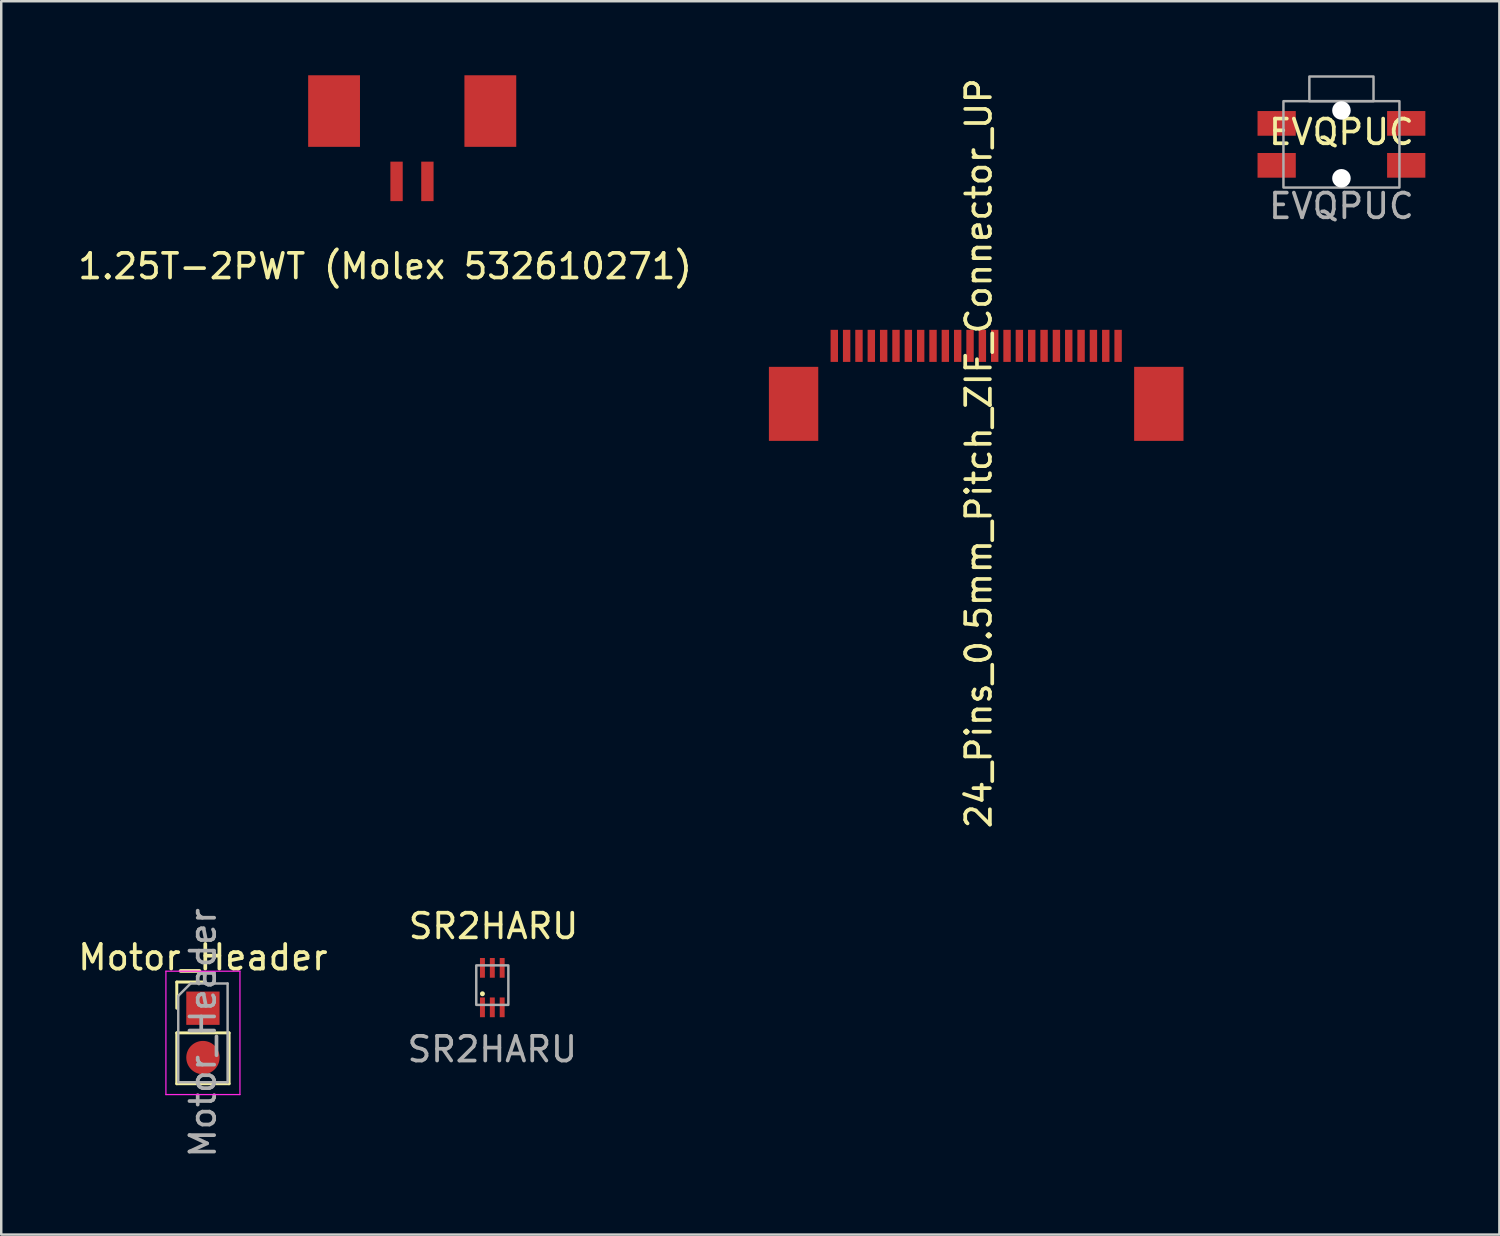
<source format=kicad_pcb>
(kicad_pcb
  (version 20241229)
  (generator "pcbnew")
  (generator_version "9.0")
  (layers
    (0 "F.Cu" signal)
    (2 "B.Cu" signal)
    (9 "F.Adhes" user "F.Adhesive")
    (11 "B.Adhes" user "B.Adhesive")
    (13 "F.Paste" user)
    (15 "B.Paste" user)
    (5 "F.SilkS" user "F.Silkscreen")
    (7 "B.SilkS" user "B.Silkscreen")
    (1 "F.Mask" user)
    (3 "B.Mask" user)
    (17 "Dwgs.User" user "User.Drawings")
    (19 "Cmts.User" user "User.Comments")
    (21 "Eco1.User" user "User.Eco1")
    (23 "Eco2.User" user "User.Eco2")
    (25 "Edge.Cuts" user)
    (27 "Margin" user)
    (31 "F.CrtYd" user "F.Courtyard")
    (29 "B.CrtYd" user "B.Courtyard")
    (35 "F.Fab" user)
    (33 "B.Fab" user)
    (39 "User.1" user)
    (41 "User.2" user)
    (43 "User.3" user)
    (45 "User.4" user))
  (footprint "SR2HARU"
    (layer "F.Cu")
    (at 16.899 36.969)
    (property "Reference" "SR2HARU" (at 0.05 -2.49 0) (unlocked yes) (layer "F.SilkS") (effects (font (size 1 1) (thickness 0.15))))
    (attr smd)
    (fp_circle (center -0.4 0.25) (end -0.35 0.25) (stroke (width 0.1) (type solid)) (fill no) (layer "F.SilkS"))
    (fp_rect (start -0.65 0.7) (end 0.65 -0.9) (stroke (width 0.1) (type solid)) (fill no) (layer "F.Fab"))
    (fp_text user "${REFERENCE}" (at 0 2.5 0) (unlocked yes) (layer "F.Fab") (effects (font (size 1 1) (thickness 0.15))))
    (pad "1" smd rect (at -0.4 0.8 180) (size 0.2 0.8) (layers "F.Cu" "F.Mask" "F.Paste"))
    (pad "2" smd rect (at 0 0.8 180) (size 0.2 0.8) (layers "F.Cu" "F.Mask" "F.Paste"))
    (pad "3" smd rect (at 0.4 0.8 180) (size 0.2 0.8) (layers "F.Cu" "F.Mask" "F.Paste"))
    (pad "4" smd rect (at 0.4 -0.8 180) (size 0.2 0.8) (layers "F.Cu" "F.Mask" "F.Paste"))
    (pad "5" smd rect (at 0 -0.8 180) (size 0.2 0.8) (layers "F.Cu" "F.Mask" "F.Paste"))
    (pad "6" smd rect (at -0.4 -0.8 180) (size 0.2 0.8) (layers "F.Cu" "F.Mask" "F.Paste")))
  (footprint "EVQPUC"
    (layer "F.Cu")
    (at 51.307 2.8)
    (property "Reference" "EVQPUC" (at 0 -0.5 0) (unlocked yes) (layer "F.SilkS") (effects (font (size 1 1) (thickness 0.15))))
    (attr smd)
    (fp_rect (start -2.35 -1.75) (end 2.35 1.75) (stroke (width 0.1) (type solid)) (fill no) (layer "F.Fab"))
    (fp_rect (start -1.3 -2.75) (end 1.3 -1.75) (stroke (width 0.1) (type solid)) (fill no) (layer "F.Fab"))
    (fp_text user "${REFERENCE}" (at 0 2.5 0) (unlocked yes) (layer "F.Fab") (effects (font (size 1 1) (thickness 0.15))))
    (pad "" np_thru_hole circle (at 0 -1.375) (size 0.75 0.75) (drill 0.75) (layers "*.Cu" "*.Mask"))
    (pad "" np_thru_hole circle (at 0 1.375) (size 0.75 0.75) (drill 0.75) (layers "*.Cu" "*.Mask"))
    (pad "1" smd rect (at -2.625 -0.85) (size 1.55 1) (layers "F.Cu" "F.Mask" "F.Paste"))
    (pad "1" smd rect (at 2.625 -0.85) (size 1.55 1) (layers "F.Cu" "F.Mask" "F.Paste"))
    (pad "2" smd rect (at -2.625 0.85) (size 1.55 1) (layers "F.Cu" "F.Mask" "F.Paste"))
    (pad "2" smd rect (at 2.625 0.85) (size 1.55 1) (layers "F.Cu" "F.Mask" "F.Paste")))
  (footprint "1.25T-2PWT (Molex 532610271)"
    (layer "F.Cu")
    (at 13.644 1.4)
    (property "Reference" "1.25T-2PWT (Molex 532610271)" (at -1.09 6.34 0) (layer "F.SilkS") (effects (font (size 1 1) (thickness 0.15))))
    (attr through_hole)
    (pad "" smd rect (at -3.157 0.05) (size 2.1 2.9) (layers "F.Cu" "F.Mask" "F.Paste"))
    (pad "" smd rect (at 3.175 0.05) (size 2.1 2.9) (layers "F.Cu" "F.Mask" "F.Paste"))
    (pad "1" smd rect (at -0.625 2.9) (size 0.5 1.6) (layers "F.Cu" "F.Mask" "F.Paste"))
    (pad "2" smd rect (at 0.625 2.9) (size 0.5 1.6) (layers "F.Cu" "F.Mask" "F.Paste")))
  (footprint "24_Pins_0.5mm_Pitch_ZIF_Connector_UP"
    (layer "F.Cu")
    (at 36.507 13.315)
    (property "Reference" "24_Pins_0.5mm_Pitch_ZIF_Connector_UP" (at 0.1 2 270) (layer "F.SilkS") (effects (font (size 1 1) (thickness 0.15))))
    (attr smd)
    (pad "" smd rect (at -7.4 0) (size 2 3) (layers "F.Cu" "F.Mask" "F.Paste"))
    (pad "" smd rect (at 7.4 0) (size 2 3) (layers "F.Cu" "F.Mask" "F.Paste"))
    (pad "1" smd rect (at 5.75 -2.35) (size 0.3 1.3) (layers "F.Cu" "F.Mask" "F.Paste"))
    (pad "2" smd rect (at 5.25 -2.35) (size 0.3 1.3) (layers "F.Cu" "F.Mask" "F.Paste"))
    (pad "3" smd rect (at 4.75 -2.35) (size 0.3 1.3) (layers "F.Cu" "F.Mask" "F.Paste"))
    (pad "4" smd rect (at 4.25 -2.35) (size 0.3 1.3) (layers "F.Cu" "F.Mask" "F.Paste"))
    (pad "5" smd rect (at 3.75 -2.35) (size 0.3 1.3) (layers "F.Cu" "F.Mask" "F.Paste"))
    (pad "6" smd rect (at 3.25 -2.35) (size 0.3 1.3) (layers "F.Cu" "F.Mask" "F.Paste"))
    (pad "7" smd rect (at 2.75 -2.35) (size 0.3 1.3) (layers "F.Cu" "F.Mask" "F.Paste"))
    (pad "8" smd rect (at 2.25 -2.35) (size 0.3 1.3) (layers "F.Cu" "F.Mask" "F.Paste"))
    (pad "9" smd rect (at 1.75 -2.35) (size 0.3 1.3) (layers "F.Cu" "F.Mask" "F.Paste"))
    (pad "10" smd rect (at 1.25 -2.35) (size 0.3 1.3) (layers "F.Cu" "F.Mask" "F.Paste"))
    (pad "11" smd rect (at 0.75 -2.35) (size 0.3 1.3) (layers "F.Cu" "F.Mask" "F.Paste"))
    (pad "12" smd rect (at 0.25 -2.35) (size 0.3 1.3) (layers "F.Cu" "F.Mask" "F.Paste"))
    (pad "13" smd rect (at -0.25 -2.35) (size 0.3 1.3) (layers "F.Cu" "F.Mask" "F.Paste"))
    (pad "14" smd rect (at -0.75 -2.35) (size 0.3 1.3) (layers "F.Cu" "F.Mask" "F.Paste"))
    (pad "15" smd rect (at -1.25 -2.35) (size 0.3 1.3) (layers "F.Cu" "F.Mask" "F.Paste"))
    (pad "16" smd rect (at -1.75 -2.35) (size 0.3 1.3) (layers "F.Cu" "F.Mask" "F.Paste"))
    (pad "17" smd rect (at -2.25 -2.35) (size 0.3 1.3) (layers "F.Cu" "F.Mask" "F.Paste"))
    (pad "18" smd rect (at -2.75 -2.35) (size 0.3 1.3) (layers "F.Cu" "F.Mask" "F.Paste"))
    (pad "19" smd rect (at -3.25 -2.35) (size 0.3 1.3) (layers "F.Cu" "F.Mask" "F.Paste"))
    (pad "20" smd rect (at -3.75 -2.35) (size 0.3 1.3) (layers "F.Cu" "F.Mask" "F.Paste"))
    (pad "21" smd rect (at -4.25 -2.35) (size 0.3 1.3) (layers "F.Cu" "F.Mask" "F.Paste"))
    (pad "22" smd rect (at -4.75 -2.35) (size 0.3 1.3) (layers "F.Cu" "F.Mask" "F.Paste"))
    (pad "23" smd rect (at -5.25 -2.35) (size 0.3 1.3) (layers "F.Cu" "F.Mask" "F.Paste"))
    (pad "24" smd rect (at -5.75 -2.35) (size 0.3 1.3) (layers "F.Cu" "F.Mask" "F.Paste")))
  (footprint "Motor_Header"
    (layer "F.Cu")
    (at 5.173 37.804)
    (property "Reference" "Motor_Header" (at 0 -2.06 0) (layer "F.SilkS") (effects (font (size 1 1) (thickness 0.15))))
    (attr through_hole)
    (fp_line (start -1.06 -1.06) (end 0 -1.06) (stroke (width 0.12) (type solid)) (layer "F.SilkS"))
    (fp_line (start -1.06 0) (end -1.06 -1.06) (stroke (width 0.12) (type solid)) (layer "F.SilkS"))
    (fp_line (start -1.06 1) (end -1.06 3.06) (stroke (width 0.12) (type solid)) (layer "F.SilkS"))
    (fp_line (start -1.06 1) (end 1.06 1) (stroke (width 0.12) (type solid)) (layer "F.SilkS"))
    (fp_line (start -1.06 3.06) (end 1.06 3.06) (stroke (width 0.12) (type solid)) (layer "F.SilkS"))
    (fp_line (start 1.06 1) (end 1.06 3.06) (stroke (width 0.12) (type solid)) (layer "F.SilkS"))
    (fp_line (start -1.5 -1.5) (end -1.5 3.5) (stroke (width 0.05) (type solid)) (layer "F.CrtYd"))
    (fp_line (start -1.5 3.5) (end 1.5 3.5) (stroke (width 0.05) (type solid)) (layer "F.CrtYd"))
    (fp_line (start 1.5 -1.5) (end -1.5 -1.5) (stroke (width 0.05) (type solid)) (layer "F.CrtYd"))
    (fp_line (start 1.5 3.5) (end 1.5 -1.5) (stroke (width 0.05) (type solid)) (layer "F.CrtYd"))
    (fp_line (start -1 -0.5) (end -0.5 -1) (stroke (width 0.1) (type solid)) (layer "F.Fab"))
    (fp_line (start -1 3) (end -1 -0.5) (stroke (width 0.1) (type solid)) (layer "F.Fab"))
    (fp_line (start -0.5 -1) (end 1 -1) (stroke (width 0.1) (type solid)) (layer "F.Fab"))
    (fp_line (start 1 -1) (end 1 3) (stroke (width 0.1) (type solid)) (layer "F.Fab"))
    (fp_line (start 1 3) (end -1 3) (stroke (width 0.1) (type solid)) (layer "F.Fab"))
    (fp_text user "${REFERENCE}" (at 0 1 90) (layer "F.Fab") (effects (font (size 1 1) (thickness 0.15))))
    (pad "1" smd rect (at 0 0) (size 1.35 1.35) (layers "F.Cu" "F.Mask" "F.Paste"))
    (pad "2" smd oval (at 0 2) (size 1.35 1.35) (layers "F.Cu" "F.Mask" "F.Paste")))
  (gr_rect
    (start -3 -3)
    (end 57.707 46.976)
    (stroke (width 0.1) (type default))
    (fill no)
    (layer "Edge.Cuts")))
</source>
